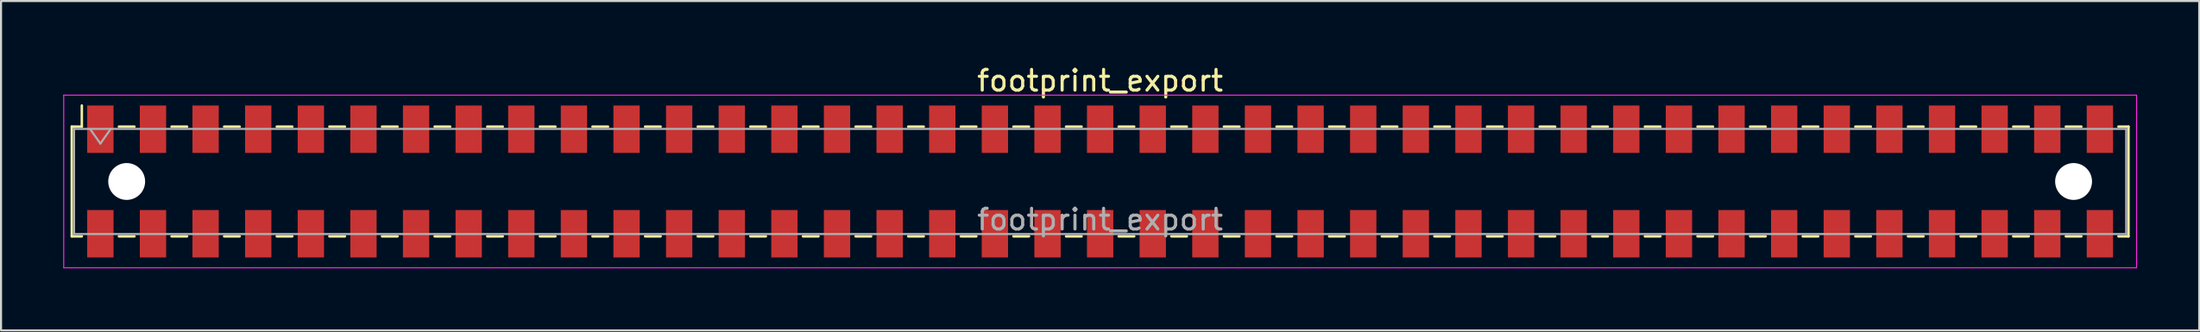
<source format=kicad_pcb>
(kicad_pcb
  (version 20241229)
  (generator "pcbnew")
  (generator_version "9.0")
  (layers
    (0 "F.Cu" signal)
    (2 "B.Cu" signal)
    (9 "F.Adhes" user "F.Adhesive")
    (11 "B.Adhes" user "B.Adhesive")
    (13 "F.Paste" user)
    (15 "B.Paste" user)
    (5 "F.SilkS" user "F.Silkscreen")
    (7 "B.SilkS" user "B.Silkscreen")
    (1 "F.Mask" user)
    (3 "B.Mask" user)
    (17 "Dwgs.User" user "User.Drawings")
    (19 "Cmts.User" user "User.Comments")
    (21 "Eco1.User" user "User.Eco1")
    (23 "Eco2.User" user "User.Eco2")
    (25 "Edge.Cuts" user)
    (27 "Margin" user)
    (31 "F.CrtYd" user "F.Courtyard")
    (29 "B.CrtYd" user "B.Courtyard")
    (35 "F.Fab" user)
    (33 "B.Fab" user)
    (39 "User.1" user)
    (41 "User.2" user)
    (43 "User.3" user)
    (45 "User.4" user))
  (footprint "footprint_export"
    (layer "F.Cu")
    (at 50.055 5.718)
    (property "Reference" "footprint_export" (at 0 -4.87 0) (layer "F.SilkS") (effects (font (size 1 1) (thickness 0.15))))
    (attr smd)
    (fp_line (start -49.64 -2.65) (end -49.64 2.65) (stroke (width 0.12) (type solid)) (layer "F.SilkS"))
    (fp_line (start -49.64 2.65) (end -49.155 2.65) (stroke (width 0.12) (type solid)) (layer "F.SilkS"))
    (fp_line (start -49.155 -3.67) (end -49.155 -2.65) (stroke (width 0.12) (type solid)) (layer "F.SilkS"))
    (fp_line (start -49.155 -2.65) (end -49.64 -2.65) (stroke (width 0.12) (type solid)) (layer "F.SilkS"))
    (fp_line (start -47.365 -2.65) (end -46.615 -2.65) (stroke (width 0.12) (type solid)) (layer "F.SilkS"))
    (fp_line (start -47.365 2.65) (end -46.615 2.65) (stroke (width 0.12) (type solid)) (layer "F.SilkS"))
    (fp_line (start -44.825 -2.65) (end -44.075 -2.65) (stroke (width 0.12) (type solid)) (layer "F.SilkS"))
    (fp_line (start -44.825 2.65) (end -44.075 2.65) (stroke (width 0.12) (type solid)) (layer "F.SilkS"))
    (fp_line (start -42.285 -2.65) (end -41.535 -2.65) (stroke (width 0.12) (type solid)) (layer "F.SilkS"))
    (fp_line (start -42.285 2.65) (end -41.535 2.65) (stroke (width 0.12) (type solid)) (layer "F.SilkS"))
    (fp_line (start -39.745 -2.65) (end -38.995 -2.65) (stroke (width 0.12) (type solid)) (layer "F.SilkS"))
    (fp_line (start -39.745 2.65) (end -38.995 2.65) (stroke (width 0.12) (type solid)) (layer "F.SilkS"))
    (fp_line (start -37.205 -2.65) (end -36.455 -2.65) (stroke (width 0.12) (type solid)) (layer "F.SilkS"))
    (fp_line (start -37.205 2.65) (end -36.455 2.65) (stroke (width 0.12) (type solid)) (layer "F.SilkS"))
    (fp_line (start -34.665 -2.65) (end -33.915 -2.65) (stroke (width 0.12) (type solid)) (layer "F.SilkS"))
    (fp_line (start -34.665 2.65) (end -33.915 2.65) (stroke (width 0.12) (type solid)) (layer "F.SilkS"))
    (fp_line (start -32.125 -2.65) (end -31.375 -2.65) (stroke (width 0.12) (type solid)) (layer "F.SilkS"))
    (fp_line (start -32.125 2.65) (end -31.375 2.65) (stroke (width 0.12) (type solid)) (layer "F.SilkS"))
    (fp_line (start -29.585 -2.65) (end -28.835 -2.65) (stroke (width 0.12) (type solid)) (layer "F.SilkS"))
    (fp_line (start -29.585 2.65) (end -28.835 2.65) (stroke (width 0.12) (type solid)) (layer "F.SilkS"))
    (fp_line (start -27.045 -2.65) (end -26.295 -2.65) (stroke (width 0.12) (type solid)) (layer "F.SilkS"))
    (fp_line (start -27.045 2.65) (end -26.295 2.65) (stroke (width 0.12) (type solid)) (layer "F.SilkS"))
    (fp_line (start -24.505 -2.65) (end -23.755 -2.65) (stroke (width 0.12) (type solid)) (layer "F.SilkS"))
    (fp_line (start -24.505 2.65) (end -23.755 2.65) (stroke (width 0.12) (type solid)) (layer "F.SilkS"))
    (fp_line (start -21.965 -2.65) (end -21.215 -2.65) (stroke (width 0.12) (type solid)) (layer "F.SilkS"))
    (fp_line (start -21.965 2.65) (end -21.215 2.65) (stroke (width 0.12) (type solid)) (layer "F.SilkS"))
    (fp_line (start -19.425 -2.65) (end -18.675 -2.65) (stroke (width 0.12) (type solid)) (layer "F.SilkS"))
    (fp_line (start -19.425 2.65) (end -18.675 2.65) (stroke (width 0.12) (type solid)) (layer "F.SilkS"))
    (fp_line (start -16.885 -2.65) (end -16.135 -2.65) (stroke (width 0.12) (type solid)) (layer "F.SilkS"))
    (fp_line (start -16.885 2.65) (end -16.135 2.65) (stroke (width 0.12) (type solid)) (layer "F.SilkS"))
    (fp_line (start -14.345 -2.65) (end -13.595 -2.65) (stroke (width 0.12) (type solid)) (layer "F.SilkS"))
    (fp_line (start -14.345 2.65) (end -13.595 2.65) (stroke (width 0.12) (type solid)) (layer "F.SilkS"))
    (fp_line (start -11.805 -2.65) (end -11.055 -2.65) (stroke (width 0.12) (type solid)) (layer "F.SilkS"))
    (fp_line (start -11.805 2.65) (end -11.055 2.65) (stroke (width 0.12) (type solid)) (layer "F.SilkS"))
    (fp_line (start -9.265 -2.65) (end -8.515 -2.65) (stroke (width 0.12) (type solid)) (layer "F.SilkS"))
    (fp_line (start -9.265 2.65) (end -8.515 2.65) (stroke (width 0.12) (type solid)) (layer "F.SilkS"))
    (fp_line (start -6.725 -2.65) (end -5.975 -2.65) (stroke (width 0.12) (type solid)) (layer "F.SilkS"))
    (fp_line (start -6.725 2.65) (end -5.975 2.65) (stroke (width 0.12) (type solid)) (layer "F.SilkS"))
    (fp_line (start -4.185 -2.65) (end -3.435 -2.65) (stroke (width 0.12) (type solid)) (layer "F.SilkS"))
    (fp_line (start -4.185 2.65) (end -3.435 2.65) (stroke (width 0.12) (type solid)) (layer "F.SilkS"))
    (fp_line (start -1.645 -2.65) (end -0.895 -2.65) (stroke (width 0.12) (type solid)) (layer "F.SilkS"))
    (fp_line (start -1.645 2.65) (end -0.895 2.65) (stroke (width 0.12) (type solid)) (layer "F.SilkS"))
    (fp_line (start 0.895 -2.65) (end 1.645 -2.65) (stroke (width 0.12) (type solid)) (layer "F.SilkS"))
    (fp_line (start 0.895 2.65) (end 1.645 2.65) (stroke (width 0.12) (type solid)) (layer "F.SilkS"))
    (fp_line (start 3.435 -2.65) (end 4.185 -2.65) (stroke (width 0.12) (type solid)) (layer "F.SilkS"))
    (fp_line (start 3.435 2.65) (end 4.185 2.65) (stroke (width 0.12) (type solid)) (layer "F.SilkS"))
    (fp_line (start 5.975 -2.65) (end 6.725 -2.65) (stroke (width 0.12) (type solid)) (layer "F.SilkS"))
    (fp_line (start 5.975 2.65) (end 6.725 2.65) (stroke (width 0.12) (type solid)) (layer "F.SilkS"))
    (fp_line (start 8.515 -2.65) (end 9.265 -2.65) (stroke (width 0.12) (type solid)) (layer "F.SilkS"))
    (fp_line (start 8.515 2.65) (end 9.265 2.65) (stroke (width 0.12) (type solid)) (layer "F.SilkS"))
    (fp_line (start 11.055 -2.65) (end 11.805 -2.65) (stroke (width 0.12) (type solid)) (layer "F.SilkS"))
    (fp_line (start 11.055 2.65) (end 11.805 2.65) (stroke (width 0.12) (type solid)) (layer "F.SilkS"))
    (fp_line (start 13.595 -2.65) (end 14.345 -2.65) (stroke (width 0.12) (type solid)) (layer "F.SilkS"))
    (fp_line (start 13.595 2.65) (end 14.345 2.65) (stroke (width 0.12) (type solid)) (layer "F.SilkS"))
    (fp_line (start 16.135 -2.65) (end 16.885 -2.65) (stroke (width 0.12) (type solid)) (layer "F.SilkS"))
    (fp_line (start 16.135 2.65) (end 16.885 2.65) (stroke (width 0.12) (type solid)) (layer "F.SilkS"))
    (fp_line (start 18.675 -2.65) (end 19.425 -2.65) (stroke (width 0.12) (type solid)) (layer "F.SilkS"))
    (fp_line (start 18.675 2.65) (end 19.425 2.65) (stroke (width 0.12) (type solid)) (layer "F.SilkS"))
    (fp_line (start 21.215 -2.65) (end 21.965 -2.65) (stroke (width 0.12) (type solid)) (layer "F.SilkS"))
    (fp_line (start 21.215 2.65) (end 21.965 2.65) (stroke (width 0.12) (type solid)) (layer "F.SilkS"))
    (fp_line (start 23.755 -2.65) (end 24.505 -2.65) (stroke (width 0.12) (type solid)) (layer "F.SilkS"))
    (fp_line (start 23.755 2.65) (end 24.505 2.65) (stroke (width 0.12) (type solid)) (layer "F.SilkS"))
    (fp_line (start 26.295 -2.65) (end 27.045 -2.65) (stroke (width 0.12) (type solid)) (layer "F.SilkS"))
    (fp_line (start 26.295 2.65) (end 27.045 2.65) (stroke (width 0.12) (type solid)) (layer "F.SilkS"))
    (fp_line (start 28.835 -2.65) (end 29.585 -2.65) (stroke (width 0.12) (type solid)) (layer "F.SilkS"))
    (fp_line (start 28.835 2.65) (end 29.585 2.65) (stroke (width 0.12) (type solid)) (layer "F.SilkS"))
    (fp_line (start 31.375 -2.65) (end 32.125 -2.65) (stroke (width 0.12) (type solid)) (layer "F.SilkS"))
    (fp_line (start 31.375 2.65) (end 32.125 2.65) (stroke (width 0.12) (type solid)) (layer "F.SilkS"))
    (fp_line (start 33.915 -2.65) (end 34.665 -2.65) (stroke (width 0.12) (type solid)) (layer "F.SilkS"))
    (fp_line (start 33.915 2.65) (end 34.665 2.65) (stroke (width 0.12) (type solid)) (layer "F.SilkS"))
    (fp_line (start 36.455 -2.65) (end 37.205 -2.65) (stroke (width 0.12) (type solid)) (layer "F.SilkS"))
    (fp_line (start 36.455 2.65) (end 37.205 2.65) (stroke (width 0.12) (type solid)) (layer "F.SilkS"))
    (fp_line (start 38.995 -2.65) (end 39.745 -2.65) (stroke (width 0.12) (type solid)) (layer "F.SilkS"))
    (fp_line (start 38.995 2.65) (end 39.745 2.65) (stroke (width 0.12) (type solid)) (layer "F.SilkS"))
    (fp_line (start 41.535 -2.65) (end 42.285 -2.65) (stroke (width 0.12) (type solid)) (layer "F.SilkS"))
    (fp_line (start 41.535 2.65) (end 42.285 2.65) (stroke (width 0.12) (type solid)) (layer "F.SilkS"))
    (fp_line (start 44.075 -2.65) (end 44.825 -2.65) (stroke (width 0.12) (type solid)) (layer "F.SilkS"))
    (fp_line (start 44.075 2.65) (end 44.825 2.65) (stroke (width 0.12) (type solid)) (layer "F.SilkS"))
    (fp_line (start 46.615 -2.65) (end 47.365 -2.65) (stroke (width 0.12) (type solid)) (layer "F.SilkS"))
    (fp_line (start 46.615 2.65) (end 47.365 2.65) (stroke (width 0.12) (type solid)) (layer "F.SilkS"))
    (fp_line (start 49.155 -2.65) (end 49.64 -2.65) (stroke (width 0.12) (type solid)) (layer "F.SilkS"))
    (fp_line (start 49.64 -2.65) (end 49.64 2.65) (stroke (width 0.12) (type solid)) (layer "F.SilkS"))
    (fp_line (start 49.64 2.65) (end 49.155 2.65) (stroke (width 0.12) (type solid)) (layer "F.SilkS"))
    (fp_line (start -50.03 -4.17) (end 50.03 -4.17) (stroke (width 0.05) (type solid)) (layer "F.CrtYd"))
    (fp_line (start -50.03 4.17) (end -50.03 -4.17) (stroke (width 0.05) (type solid)) (layer "F.CrtYd"))
    (fp_line (start 50.03 -4.17) (end 50.03 4.17) (stroke (width 0.05) (type solid)) (layer "F.CrtYd"))
    (fp_line (start 50.03 4.17) (end -50.03 4.17) (stroke (width 0.05) (type solid)) (layer "F.CrtYd"))
    (fp_line (start -49.53 -2.54) (end 49.53 -2.54) (stroke (width 0.1) (type solid)) (layer "F.Fab"))
    (fp_line (start -49.53 2.54) (end -49.53 -2.54) (stroke (width 0.1) (type solid)) (layer "F.Fab"))
    (fp_line (start -48.76 -2.54) (end -48.26 -1.833) (stroke (width 0.1) (type solid)) (layer "F.Fab"))
    (fp_line (start -48.26 -1.833) (end -47.76 -2.54) (stroke (width 0.1) (type solid)) (layer "F.Fab"))
    (fp_line (start 49.53 -2.54) (end 49.53 2.54) (stroke (width 0.1) (type solid)) (layer "F.Fab"))
    (fp_line (start 49.53 2.54) (end -49.53 2.54) (stroke (width 0.1) (type solid)) (layer "F.Fab"))
    (fp_text user "${REFERENCE}" (at 0 1.84 0) (layer "F.Fab") (effects (font (size 1 1) (thickness 0.15))))
    (pad "" np_thru_hole circle (at -46.99 0) (size 1.78 1.78) (drill 1.78) (layers "*.Cu" "*.Mask"))
    (pad "" np_thru_hole circle (at 46.99 0) (size 1.78 1.78) (drill 1.78) (layers "*.Cu" "*.Mask"))
    (pad "1" smd rect (at -48.26 -2.525) (size 1.27 2.29) (layers "F.Cu" "F.Mask" "F.Paste"))
    (pad "2" smd rect (at -48.26 2.525) (size 1.27 2.29) (layers "F.Cu" "F.Mask" "F.Paste"))
    (pad "3" smd rect (at -45.72 -2.525) (size 1.27 2.29) (layers "F.Cu" "F.Mask" "F.Paste"))
    (pad "4" smd rect (at -45.72 2.525) (size 1.27 2.29) (layers "F.Cu" "F.Mask" "F.Paste"))
    (pad "5" smd rect (at -43.18 -2.525) (size 1.27 2.29) (layers "F.Cu" "F.Mask" "F.Paste"))
    (pad "6" smd rect (at -43.18 2.525) (size 1.27 2.29) (layers "F.Cu" "F.Mask" "F.Paste"))
    (pad "7" smd rect (at -40.64 -2.525) (size 1.27 2.29) (layers "F.Cu" "F.Mask" "F.Paste"))
    (pad "8" smd rect (at -40.64 2.525) (size 1.27 2.29) (layers "F.Cu" "F.Mask" "F.Paste"))
    (pad "9" smd rect (at -38.1 -2.525) (size 1.27 2.29) (layers "F.Cu" "F.Mask" "F.Paste"))
    (pad "10" smd rect (at -38.1 2.525) (size 1.27 2.29) (layers "F.Cu" "F.Mask" "F.Paste"))
    (pad "11" smd rect (at -35.56 -2.525) (size 1.27 2.29) (layers "F.Cu" "F.Mask" "F.Paste"))
    (pad "12" smd rect (at -35.56 2.525) (size 1.27 2.29) (layers "F.Cu" "F.Mask" "F.Paste"))
    (pad "13" smd rect (at -33.02 -2.525) (size 1.27 2.29) (layers "F.Cu" "F.Mask" "F.Paste"))
    (pad "14" smd rect (at -33.02 2.525) (size 1.27 2.29) (layers "F.Cu" "F.Mask" "F.Paste"))
    (pad "15" smd rect (at -30.48 -2.525) (size 1.27 2.29) (layers "F.Cu" "F.Mask" "F.Paste"))
    (pad "16" smd rect (at -30.48 2.525) (size 1.27 2.29) (layers "F.Cu" "F.Mask" "F.Paste"))
    (pad "17" smd rect (at -27.94 -2.525) (size 1.27 2.29) (layers "F.Cu" "F.Mask" "F.Paste"))
    (pad "18" smd rect (at -27.94 2.525) (size 1.27 2.29) (layers "F.Cu" "F.Mask" "F.Paste"))
    (pad "19" smd rect (at -25.4 -2.525) (size 1.27 2.29) (layers "F.Cu" "F.Mask" "F.Paste"))
    (pad "20" smd rect (at -25.4 2.525) (size 1.27 2.29) (layers "F.Cu" "F.Mask" "F.Paste"))
    (pad "21" smd rect (at -22.86 -2.525) (size 1.27 2.29) (layers "F.Cu" "F.Mask" "F.Paste"))
    (pad "22" smd rect (at -22.86 2.525) (size 1.27 2.29) (layers "F.Cu" "F.Mask" "F.Paste"))
    (pad "23" smd rect (at -20.32 -2.525) (size 1.27 2.29) (layers "F.Cu" "F.Mask" "F.Paste"))
    (pad "24" smd rect (at -20.32 2.525) (size 1.27 2.29) (layers "F.Cu" "F.Mask" "F.Paste"))
    (pad "25" smd rect (at -17.78 -2.525) (size 1.27 2.29) (layers "F.Cu" "F.Mask" "F.Paste"))
    (pad "26" smd rect (at -17.78 2.525) (size 1.27 2.29) (layers "F.Cu" "F.Mask" "F.Paste"))
    (pad "27" smd rect (at -15.24 -2.525) (size 1.27 2.29) (layers "F.Cu" "F.Mask" "F.Paste"))
    (pad "28" smd rect (at -15.24 2.525) (size 1.27 2.29) (layers "F.Cu" "F.Mask" "F.Paste"))
    (pad "29" smd rect (at -12.7 -2.525) (size 1.27 2.29) (layers "F.Cu" "F.Mask" "F.Paste"))
    (pad "30" smd rect (at -12.7 2.525) (size 1.27 2.29) (layers "F.Cu" "F.Mask" "F.Paste"))
    (pad "31" smd rect (at -10.16 -2.525) (size 1.27 2.29) (layers "F.Cu" "F.Mask" "F.Paste"))
    (pad "32" smd rect (at -10.16 2.525) (size 1.27 2.29) (layers "F.Cu" "F.Mask" "F.Paste"))
    (pad "33" smd rect (at -7.62 -2.525) (size 1.27 2.29) (layers "F.Cu" "F.Mask" "F.Paste"))
    (pad "34" smd rect (at -7.62 2.525) (size 1.27 2.29) (layers "F.Cu" "F.Mask" "F.Paste"))
    (pad "35" smd rect (at -5.08 -2.525) (size 1.27 2.29) (layers "F.Cu" "F.Mask" "F.Paste"))
    (pad "36" smd rect (at -5.08 2.525) (size 1.27 2.29) (layers "F.Cu" "F.Mask" "F.Paste"))
    (pad "37" smd rect (at -2.54 -2.525) (size 1.27 2.29) (layers "F.Cu" "F.Mask" "F.Paste"))
    (pad "38" smd rect (at -2.54 2.525) (size 1.27 2.29) (layers "F.Cu" "F.Mask" "F.Paste"))
    (pad "39" smd rect (at 0 -2.525) (size 1.27 2.29) (layers "F.Cu" "F.Mask" "F.Paste"))
    (pad "40" smd rect (at 0 2.525) (size 1.27 2.29) (layers "F.Cu" "F.Mask" "F.Paste"))
    (pad "41" smd rect (at 2.54 -2.525) (size 1.27 2.29) (layers "F.Cu" "F.Mask" "F.Paste"))
    (pad "42" smd rect (at 2.54 2.525) (size 1.27 2.29) (layers "F.Cu" "F.Mask" "F.Paste"))
    (pad "43" smd rect (at 5.08 -2.525) (size 1.27 2.29) (layers "F.Cu" "F.Mask" "F.Paste"))
    (pad "44" smd rect (at 5.08 2.525) (size 1.27 2.29) (layers "F.Cu" "F.Mask" "F.Paste"))
    (pad "45" smd rect (at 7.62 -2.525) (size 1.27 2.29) (layers "F.Cu" "F.Mask" "F.Paste"))
    (pad "46" smd rect (at 7.62 2.525) (size 1.27 2.29) (layers "F.Cu" "F.Mask" "F.Paste"))
    (pad "47" smd rect (at 10.16 -2.525) (size 1.27 2.29) (layers "F.Cu" "F.Mask" "F.Paste"))
    (pad "48" smd rect (at 10.16 2.525) (size 1.27 2.29) (layers "F.Cu" "F.Mask" "F.Paste"))
    (pad "49" smd rect (at 12.7 -2.525) (size 1.27 2.29) (layers "F.Cu" "F.Mask" "F.Paste"))
    (pad "50" smd rect (at 12.7 2.525) (size 1.27 2.29) (layers "F.Cu" "F.Mask" "F.Paste"))
    (pad "51" smd rect (at 15.24 -2.525) (size 1.27 2.29) (layers "F.Cu" "F.Mask" "F.Paste"))
    (pad "52" smd rect (at 15.24 2.525) (size 1.27 2.29) (layers "F.Cu" "F.Mask" "F.Paste"))
    (pad "53" smd rect (at 17.78 -2.525) (size 1.27 2.29) (layers "F.Cu" "F.Mask" "F.Paste"))
    (pad "54" smd rect (at 17.78 2.525) (size 1.27 2.29) (layers "F.Cu" "F.Mask" "F.Paste"))
    (pad "55" smd rect (at 20.32 -2.525) (size 1.27 2.29) (layers "F.Cu" "F.Mask" "F.Paste"))
    (pad "56" smd rect (at 20.32 2.525) (size 1.27 2.29) (layers "F.Cu" "F.Mask" "F.Paste"))
    (pad "57" smd rect (at 22.86 -2.525) (size 1.27 2.29) (layers "F.Cu" "F.Mask" "F.Paste"))
    (pad "58" smd rect (at 22.86 2.525) (size 1.27 2.29) (layers "F.Cu" "F.Mask" "F.Paste"))
    (pad "59" smd rect (at 25.4 -2.525) (size 1.27 2.29) (layers "F.Cu" "F.Mask" "F.Paste"))
    (pad "60" smd rect (at 25.4 2.525) (size 1.27 2.29) (layers "F.Cu" "F.Mask" "F.Paste"))
    (pad "61" smd rect (at 27.94 -2.525) (size 1.27 2.29) (layers "F.Cu" "F.Mask" "F.Paste"))
    (pad "62" smd rect (at 27.94 2.525) (size 1.27 2.29) (layers "F.Cu" "F.Mask" "F.Paste"))
    (pad "63" smd rect (at 30.48 -2.525) (size 1.27 2.29) (layers "F.Cu" "F.Mask" "F.Paste"))
    (pad "64" smd rect (at 30.48 2.525) (size 1.27 2.29) (layers "F.Cu" "F.Mask" "F.Paste"))
    (pad "65" smd rect (at 33.02 -2.525) (size 1.27 2.29) (layers "F.Cu" "F.Mask" "F.Paste"))
    (pad "66" smd rect (at 33.02 2.525) (size 1.27 2.29) (layers "F.Cu" "F.Mask" "F.Paste"))
    (pad "67" smd rect (at 35.56 -2.525) (size 1.27 2.29) (layers "F.Cu" "F.Mask" "F.Paste"))
    (pad "68" smd rect (at 35.56 2.525) (size 1.27 2.29) (layers "F.Cu" "F.Mask" "F.Paste"))
    (pad "69" smd rect (at 38.1 -2.525) (size 1.27 2.29) (layers "F.Cu" "F.Mask" "F.Paste"))
    (pad "70" smd rect (at 38.1 2.525) (size 1.27 2.29) (layers "F.Cu" "F.Mask" "F.Paste"))
    (pad "71" smd rect (at 40.64 -2.525) (size 1.27 2.29) (layers "F.Cu" "F.Mask" "F.Paste"))
    (pad "72" smd rect (at 40.64 2.525) (size 1.27 2.29) (layers "F.Cu" "F.Mask" "F.Paste"))
    (pad "73" smd rect (at 43.18 -2.525) (size 1.27 2.29) (layers "F.Cu" "F.Mask" "F.Paste"))
    (pad "74" smd rect (at 43.18 2.525) (size 1.27 2.29) (layers "F.Cu" "F.Mask" "F.Paste"))
    (pad "75" smd rect (at 45.72 -2.525) (size 1.27 2.29) (layers "F.Cu" "F.Mask" "F.Paste"))
    (pad "76" smd rect (at 45.72 2.525) (size 1.27 2.29) (layers "F.Cu" "F.Mask" "F.Paste"))
    (pad "77" smd rect (at 48.26 -2.525) (size 1.27 2.29) (layers "F.Cu" "F.Mask" "F.Paste"))
    (pad "78" smd rect (at 48.26 2.525) (size 1.27 2.29) (layers "F.Cu" "F.Mask" "F.Paste")))
  (gr_rect
    (start -3 -3)
    (end 103.11 12.913)
    (stroke (width 0.1) (type default))
    (fill no)
    (layer "Edge.Cuts")))
</source>
